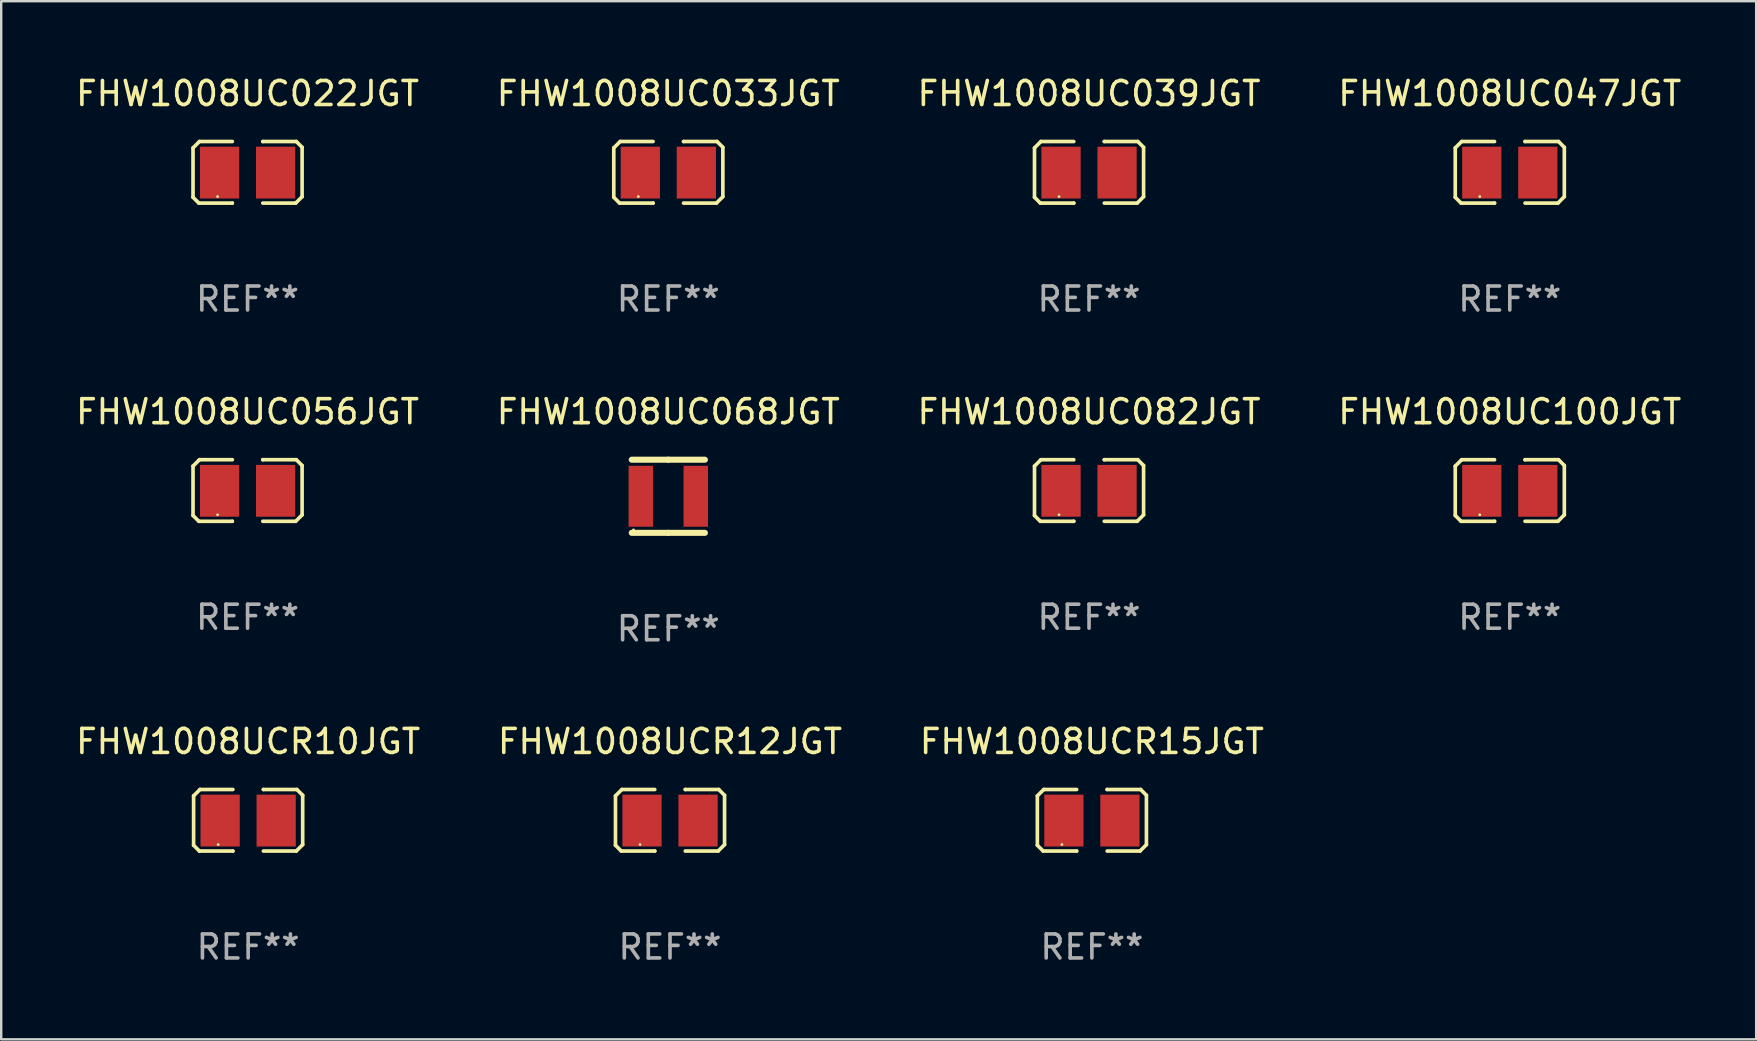
<source format=kicad_pcb>
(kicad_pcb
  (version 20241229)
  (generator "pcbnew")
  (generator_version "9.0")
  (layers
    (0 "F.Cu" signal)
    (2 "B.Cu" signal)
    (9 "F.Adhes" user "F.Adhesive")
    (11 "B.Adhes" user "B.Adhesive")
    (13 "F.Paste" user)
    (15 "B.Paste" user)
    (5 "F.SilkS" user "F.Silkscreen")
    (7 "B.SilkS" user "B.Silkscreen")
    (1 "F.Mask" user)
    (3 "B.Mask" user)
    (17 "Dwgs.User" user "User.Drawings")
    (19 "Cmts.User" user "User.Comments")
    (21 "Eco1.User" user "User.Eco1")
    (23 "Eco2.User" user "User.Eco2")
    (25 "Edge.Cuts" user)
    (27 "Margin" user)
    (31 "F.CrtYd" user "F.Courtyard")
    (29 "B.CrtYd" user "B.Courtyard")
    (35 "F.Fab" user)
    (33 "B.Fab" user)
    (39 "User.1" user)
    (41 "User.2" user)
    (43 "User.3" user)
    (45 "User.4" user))
  (footprint "FHW1008UC022JGT"
    (layer "F.Cu")
    (at 7.268 4.131)
    (property "Reference" "FHW1008UC022JGT" (at 0 -3.283 0) (layer "F.SilkS") (effects (font (size 1 1) (thickness 0.15))))
    (attr through_hole)
    (fp_line (start -2.273 -1.016) (end -2.007 -1.283) (stroke (width 0.152) (type solid)) (layer "F.SilkS"))
    (fp_line (start -2.273 1.041) (end -2.273 -1.016) (stroke (width 0.152) (type solid)) (layer "F.SilkS"))
    (fp_line (start -2.032 1.283) (end -2.273 1.041) (stroke (width 0.152) (type solid)) (layer "F.SilkS"))
    (fp_line (start -2.007 -1.283) (end -0.635 -1.283) (stroke (width 0.152) (type solid)) (layer "F.SilkS"))
    (fp_line (start -0.635 1.283) (end -2.032 1.283) (stroke (width 0.152) (type solid)) (layer "F.SilkS"))
    (fp_line (start -0.635 1.283) (end -0.635 1.283) (stroke (width 0.152) (type solid)) (layer "F.SilkS"))
    (fp_line (start 0.635 -1.283) (end 0.635 -1.283) (stroke (width 0.152) (type solid)) (layer "F.SilkS"))
    (fp_line (start 0.635 -1.283) (end 2.032 -1.283) (stroke (width 0.152) (type solid)) (layer "F.SilkS"))
    (fp_line (start 2.007 1.283) (end 0.635 1.283) (stroke (width 0.152) (type solid)) (layer "F.SilkS"))
    (fp_line (start 2.032 -1.283) (end 2.273 -1.041) (stroke (width 0.152) (type solid)) (layer "F.SilkS"))
    (fp_line (start 2.273 -1.041) (end 2.273 1.016) (stroke (width 0.152) (type solid)) (layer "F.SilkS"))
    (fp_line (start 2.273 1.016) (end 2.007 1.283) (stroke (width 0.152) (type solid)) (layer "F.SilkS"))
    (fp_circle (center -1.25 1.013) (end -1.22 1.013) (stroke (width 0.06) (type solid)) (fill no) (layer "F.SilkS"))
    (fp_text user "REF**" (at 0 5.283 0) (layer "F.Fab") (effects (font (size 1 1) (thickness 0.15))))
    (pad "1" smd rect (at -1.167 0.013) (size 1.635 2.16) (layers "F.Cu" "F.Mask" "F.Paste"))
    (pad "2" smd rect (at 1.168 0.013) (size 1.635 2.16) (layers "F.Cu" "F.Mask" "F.Paste")))
  (footprint "FHW1008UC039JGT"
    (layer "F.Cu")
    (at 42.339 4.131)
    (property "Reference" "FHW1008UC039JGT" (at 0 -3.283 0) (layer "F.SilkS") (effects (font (size 1 1) (thickness 0.15))))
    (attr through_hole)
    (fp_line (start -2.273 -1.016) (end -2.007 -1.283) (stroke (width 0.152) (type solid)) (layer "F.SilkS"))
    (fp_line (start -2.273 1.041) (end -2.273 -1.016) (stroke (width 0.152) (type solid)) (layer "F.SilkS"))
    (fp_line (start -2.032 1.283) (end -2.273 1.041) (stroke (width 0.152) (type solid)) (layer "F.SilkS"))
    (fp_line (start -2.007 -1.283) (end -0.635 -1.283) (stroke (width 0.152) (type solid)) (layer "F.SilkS"))
    (fp_line (start -0.635 1.283) (end -2.032 1.283) (stroke (width 0.152) (type solid)) (layer "F.SilkS"))
    (fp_line (start -0.635 1.283) (end -0.635 1.283) (stroke (width 0.152) (type solid)) (layer "F.SilkS"))
    (fp_line (start 0.635 -1.283) (end 0.635 -1.283) (stroke (width 0.152) (type solid)) (layer "F.SilkS"))
    (fp_line (start 0.635 -1.283) (end 2.032 -1.283) (stroke (width 0.152) (type solid)) (layer "F.SilkS"))
    (fp_line (start 2.007 1.283) (end 0.635 1.283) (stroke (width 0.152) (type solid)) (layer "F.SilkS"))
    (fp_line (start 2.032 -1.283) (end 2.273 -1.041) (stroke (width 0.152) (type solid)) (layer "F.SilkS"))
    (fp_line (start 2.273 -1.041) (end 2.273 1.016) (stroke (width 0.152) (type solid)) (layer "F.SilkS"))
    (fp_line (start 2.273 1.016) (end 2.007 1.283) (stroke (width 0.152) (type solid)) (layer "F.SilkS"))
    (fp_circle (center -1.25 1.013) (end -1.22 1.013) (stroke (width 0.06) (type solid)) (fill no) (layer "F.SilkS"))
    (fp_text user "REF**" (at 0 5.283 0) (layer "F.Fab") (effects (font (size 1 1) (thickness 0.15))))
    (pad "1" smd rect (at -1.167 0.013) (size 1.635 2.16) (layers "F.Cu" "F.Mask" "F.Paste"))
    (pad "2" smd rect (at 1.168 0.013) (size 1.635 2.16) (layers "F.Cu" "F.Mask" "F.Paste")))
  (footprint "FHW1008UC082JGT"
    (layer "F.Cu")
    (at 42.339 17.393)
    (property "Reference" "FHW1008UC082JGT" (at 0 -3.283 0) (layer "F.SilkS") (effects (font (size 1 1) (thickness 0.15))))
    (attr through_hole)
    (fp_line (start -2.273 -1.016) (end -2.007 -1.283) (stroke (width 0.152) (type solid)) (layer "F.SilkS"))
    (fp_line (start -2.273 1.041) (end -2.273 -1.016) (stroke (width 0.152) (type solid)) (layer "F.SilkS"))
    (fp_line (start -2.032 1.283) (end -2.273 1.041) (stroke (width 0.152) (type solid)) (layer "F.SilkS"))
    (fp_line (start -2.007 -1.283) (end -0.635 -1.283) (stroke (width 0.152) (type solid)) (layer "F.SilkS"))
    (fp_line (start -0.635 1.283) (end -2.032 1.283) (stroke (width 0.152) (type solid)) (layer "F.SilkS"))
    (fp_line (start -0.635 1.283) (end -0.635 1.283) (stroke (width 0.152) (type solid)) (layer "F.SilkS"))
    (fp_line (start 0.635 -1.283) (end 0.635 -1.283) (stroke (width 0.152) (type solid)) (layer "F.SilkS"))
    (fp_line (start 0.635 -1.283) (end 2.032 -1.283) (stroke (width 0.152) (type solid)) (layer "F.SilkS"))
    (fp_line (start 2.007 1.283) (end 0.635 1.283) (stroke (width 0.152) (type solid)) (layer "F.SilkS"))
    (fp_line (start 2.032 -1.283) (end 2.273 -1.041) (stroke (width 0.152) (type solid)) (layer "F.SilkS"))
    (fp_line (start 2.273 -1.041) (end 2.273 1.016) (stroke (width 0.152) (type solid)) (layer "F.SilkS"))
    (fp_line (start 2.273 1.016) (end 2.007 1.283) (stroke (width 0.152) (type solid)) (layer "F.SilkS"))
    (fp_circle (center -1.25 1.013) (end -1.22 1.013) (stroke (width 0.06) (type solid)) (fill no) (layer "F.SilkS"))
    (fp_text user "REF**" (at 0 5.283 0) (layer "F.Fab") (effects (font (size 1 1) (thickness 0.15))))
    (pad "1" smd rect (at -1.167 0.013) (size 1.635 2.16) (layers "F.Cu" "F.Mask" "F.Paste"))
    (pad "2" smd rect (at 1.168 0.013) (size 1.635 2.16) (layers "F.Cu" "F.Mask" "F.Paste")))
  (footprint "FHW1008UC056JGT"
    (layer "F.Cu")
    (at 7.268 17.393)
    (property "Reference" "FHW1008UC056JGT" (at 0 -3.283 0) (layer "F.SilkS") (effects (font (size 1 1) (thickness 0.15))))
    (attr through_hole)
    (fp_line (start -2.273 -1.016) (end -2.007 -1.283) (stroke (width 0.152) (type solid)) (layer "F.SilkS"))
    (fp_line (start -2.273 1.041) (end -2.273 -1.016) (stroke (width 0.152) (type solid)) (layer "F.SilkS"))
    (fp_line (start -2.032 1.283) (end -2.273 1.041) (stroke (width 0.152) (type solid)) (layer "F.SilkS"))
    (fp_line (start -2.007 -1.283) (end -0.635 -1.283) (stroke (width 0.152) (type solid)) (layer "F.SilkS"))
    (fp_line (start -0.635 1.283) (end -2.032 1.283) (stroke (width 0.152) (type solid)) (layer "F.SilkS"))
    (fp_line (start -0.635 1.283) (end -0.635 1.283) (stroke (width 0.152) (type solid)) (layer "F.SilkS"))
    (fp_line (start 0.635 -1.283) (end 0.635 -1.283) (stroke (width 0.152) (type solid)) (layer "F.SilkS"))
    (fp_line (start 0.635 -1.283) (end 2.032 -1.283) (stroke (width 0.152) (type solid)) (layer "F.SilkS"))
    (fp_line (start 2.007 1.283) (end 0.635 1.283) (stroke (width 0.152) (type solid)) (layer "F.SilkS"))
    (fp_line (start 2.032 -1.283) (end 2.273 -1.041) (stroke (width 0.152) (type solid)) (layer "F.SilkS"))
    (fp_line (start 2.273 -1.041) (end 2.273 1.016) (stroke (width 0.152) (type solid)) (layer "F.SilkS"))
    (fp_line (start 2.273 1.016) (end 2.007 1.283) (stroke (width 0.152) (type solid)) (layer "F.SilkS"))
    (fp_circle (center -1.25 1.013) (end -1.22 1.013) (stroke (width 0.06) (type solid)) (fill no) (layer "F.SilkS"))
    (fp_text user "REF**" (at 0 5.283 0) (layer "F.Fab") (effects (font (size 1 1) (thickness 0.15))))
    (pad "1" smd rect (at -1.167 0.013) (size 1.635 2.16) (layers "F.Cu" "F.Mask" "F.Paste"))
    (pad "2" smd rect (at 1.168 0.013) (size 1.635 2.16) (layers "F.Cu" "F.Mask" "F.Paste")))
  (footprint "FHW1008UC068JGT"
    (layer "F.Cu")
    (at 24.804 17.634)
    (property "Reference" "FHW1008UC068JGT" (at 0 -3.524 0) (layer "F.SilkS") (effects (font (size 1 1) (thickness 0.15))))
    (attr through_hole)
    (fp_line (start -1.524 -1.524) (end 0 -1.524) (stroke (width 0.254) (type solid)) (layer "F.SilkS"))
    (fp_line (start 0 -1.524) (end 1.524 -1.524) (stroke (width 0.254) (type solid)) (layer "F.SilkS"))
    (fp_line (start 0 1.524) (end -1.524 1.524) (stroke (width 0.254) (type solid)) (layer "F.SilkS"))
    (fp_line (start 1.524 1.524) (end 0 1.524) (stroke (width 0.254) (type solid)) (layer "F.SilkS"))
    (fp_circle (center -1.45 1.4) (end -1.42 1.4) (stroke (width 0.06) (type solid)) (fill no) (layer "F.SilkS"))
    (fp_text user "REF**" (at 0 5.524 0) (layer "F.Fab") (effects (font (size 1 1) (thickness 0.15))))
    (pad "1" smd rect (at -1.145 0) (size 1.02 2.54) (layers "F.Cu" "F.Mask" "F.Paste"))
    (pad "2" smd rect (at 1.145 0) (size 1.02 2.54) (layers "F.Cu" "F.Mask" "F.Paste")))
  (footprint "FHW1008UC100JGT"
    (layer "F.Cu")
    (at 59.875 17.393)
    (property "Reference" "FHW1008UC100JGT" (at 0 -3.283 0) (layer "F.SilkS") (effects (font (size 1 1) (thickness 0.15))))
    (attr through_hole)
    (fp_line (start -2.273 -1.016) (end -2.007 -1.283) (stroke (width 0.152) (type solid)) (layer "F.SilkS"))
    (fp_line (start -2.273 1.041) (end -2.273 -1.016) (stroke (width 0.152) (type solid)) (layer "F.SilkS"))
    (fp_line (start -2.032 1.283) (end -2.273 1.041) (stroke (width 0.152) (type solid)) (layer "F.SilkS"))
    (fp_line (start -2.007 -1.283) (end -0.635 -1.283) (stroke (width 0.152) (type solid)) (layer "F.SilkS"))
    (fp_line (start -0.635 1.283) (end -2.032 1.283) (stroke (width 0.152) (type solid)) (layer "F.SilkS"))
    (fp_line (start -0.635 1.283) (end -0.635 1.283) (stroke (width 0.152) (type solid)) (layer "F.SilkS"))
    (fp_line (start 0.635 -1.283) (end 0.635 -1.283) (stroke (width 0.152) (type solid)) (layer "F.SilkS"))
    (fp_line (start 0.635 -1.283) (end 2.032 -1.283) (stroke (width 0.152) (type solid)) (layer "F.SilkS"))
    (fp_line (start 2.007 1.283) (end 0.635 1.283) (stroke (width 0.152) (type solid)) (layer "F.SilkS"))
    (fp_line (start 2.032 -1.283) (end 2.273 -1.041) (stroke (width 0.152) (type solid)) (layer "F.SilkS"))
    (fp_line (start 2.273 -1.041) (end 2.273 1.016) (stroke (width 0.152) (type solid)) (layer "F.SilkS"))
    (fp_line (start 2.273 1.016) (end 2.007 1.283) (stroke (width 0.152) (type solid)) (layer "F.SilkS"))
    (fp_circle (center -1.25 1.013) (end -1.22 1.013) (stroke (width 0.06) (type solid)) (fill no) (layer "F.SilkS"))
    (fp_text user "REF**" (at 0 5.283 0) (layer "F.Fab") (effects (font (size 1 1) (thickness 0.15))))
    (pad "1" smd rect (at -1.167 0.013) (size 1.635 2.16) (layers "F.Cu" "F.Mask" "F.Paste"))
    (pad "2" smd rect (at 1.168 0.013) (size 1.635 2.16) (layers "F.Cu" "F.Mask" "F.Paste")))
  (footprint "FHW1008UC033JGT"
    (layer "F.Cu")
    (at 24.804 4.131)
    (property "Reference" "FHW1008UC033JGT" (at 0 -3.283 0) (layer "F.SilkS") (effects (font (size 1 1) (thickness 0.15))))
    (attr through_hole)
    (fp_line (start -2.273 -1.016) (end -2.007 -1.283) (stroke (width 0.152) (type solid)) (layer "F.SilkS"))
    (fp_line (start -2.273 1.041) (end -2.273 -1.016) (stroke (width 0.152) (type solid)) (layer "F.SilkS"))
    (fp_line (start -2.032 1.283) (end -2.273 1.041) (stroke (width 0.152) (type solid)) (layer "F.SilkS"))
    (fp_line (start -2.007 -1.283) (end -0.635 -1.283) (stroke (width 0.152) (type solid)) (layer "F.SilkS"))
    (fp_line (start -0.635 1.283) (end -2.032 1.283) (stroke (width 0.152) (type solid)) (layer "F.SilkS"))
    (fp_line (start -0.635 1.283) (end -0.635 1.283) (stroke (width 0.152) (type solid)) (layer "F.SilkS"))
    (fp_line (start 0.635 -1.283) (end 0.635 -1.283) (stroke (width 0.152) (type solid)) (layer "F.SilkS"))
    (fp_line (start 0.635 -1.283) (end 2.032 -1.283) (stroke (width 0.152) (type solid)) (layer "F.SilkS"))
    (fp_line (start 2.007 1.283) (end 0.635 1.283) (stroke (width 0.152) (type solid)) (layer "F.SilkS"))
    (fp_line (start 2.032 -1.283) (end 2.273 -1.041) (stroke (width 0.152) (type solid)) (layer "F.SilkS"))
    (fp_line (start 2.273 -1.041) (end 2.273 1.016) (stroke (width 0.152) (type solid)) (layer "F.SilkS"))
    (fp_line (start 2.273 1.016) (end 2.007 1.283) (stroke (width 0.152) (type solid)) (layer "F.SilkS"))
    (fp_circle (center -1.25 1.013) (end -1.22 1.013) (stroke (width 0.06) (type solid)) (fill no) (layer "F.SilkS"))
    (fp_text user "REF**" (at 0 5.283 0) (layer "F.Fab") (effects (font (size 1 1) (thickness 0.15))))
    (pad "1" smd rect (at -1.167 0.013) (size 1.635 2.16) (layers "F.Cu" "F.Mask" "F.Paste"))
    (pad "2" smd rect (at 1.168 0.013) (size 1.635 2.16) (layers "F.Cu" "F.Mask" "F.Paste")))
  (footprint "FHW1008UCR10JGT"
    (layer "F.Cu")
    (at 7.292 31.137)
    (property "Reference" "FHW1008UCR10JGT" (at 0 -3.283 0) (layer "F.SilkS") (effects (font (size 1 1) (thickness 0.15))))
    (attr through_hole)
    (fp_line (start -2.273 -1.016) (end -2.007 -1.283) (stroke (width 0.152) (type solid)) (layer "F.SilkS"))
    (fp_line (start -2.273 1.041) (end -2.273 -1.016) (stroke (width 0.152) (type solid)) (layer "F.SilkS"))
    (fp_line (start -2.032 1.283) (end -2.273 1.041) (stroke (width 0.152) (type solid)) (layer "F.SilkS"))
    (fp_line (start -2.007 -1.283) (end -0.635 -1.283) (stroke (width 0.152) (type solid)) (layer "F.SilkS"))
    (fp_line (start -0.635 1.283) (end -2.032 1.283) (stroke (width 0.152) (type solid)) (layer "F.SilkS"))
    (fp_line (start -0.635 1.283) (end -0.635 1.283) (stroke (width 0.152) (type solid)) (layer "F.SilkS"))
    (fp_line (start 0.635 -1.283) (end 0.635 -1.283) (stroke (width 0.152) (type solid)) (layer "F.SilkS"))
    (fp_line (start 0.635 -1.283) (end 2.032 -1.283) (stroke (width 0.152) (type solid)) (layer "F.SilkS"))
    (fp_line (start 2.007 1.283) (end 0.635 1.283) (stroke (width 0.152) (type solid)) (layer "F.SilkS"))
    (fp_line (start 2.032 -1.283) (end 2.273 -1.041) (stroke (width 0.152) (type solid)) (layer "F.SilkS"))
    (fp_line (start 2.273 -1.041) (end 2.273 1.016) (stroke (width 0.152) (type solid)) (layer "F.SilkS"))
    (fp_line (start 2.273 1.016) (end 2.007 1.283) (stroke (width 0.152) (type solid)) (layer "F.SilkS"))
    (fp_circle (center -1.25 1.013) (end -1.22 1.013) (stroke (width 0.06) (type solid)) (fill no) (layer "F.SilkS"))
    (fp_text user "REF**" (at 0 5.283 0) (layer "F.Fab") (effects (font (size 1 1) (thickness 0.15))))
    (pad "1" smd rect (at -1.167 0.013) (size 1.635 2.16) (layers "F.Cu" "F.Mask" "F.Paste"))
    (pad "2" smd rect (at 1.168 0.013) (size 1.635 2.16) (layers "F.Cu" "F.Mask" "F.Paste")))
  (footprint "FHW1008UCR12JGT"
    (layer "F.Cu")
    (at 24.875 31.137)
    (property "Reference" "FHW1008UCR12JGT" (at 0 -3.283 0) (layer "F.SilkS") (effects (font (size 1 1) (thickness 0.15))))
    (attr through_hole)
    (fp_line (start -2.273 -1.016) (end -2.007 -1.283) (stroke (width 0.152) (type solid)) (layer "F.SilkS"))
    (fp_line (start -2.273 1.041) (end -2.273 -1.016) (stroke (width 0.152) (type solid)) (layer "F.SilkS"))
    (fp_line (start -2.032 1.283) (end -2.273 1.041) (stroke (width 0.152) (type solid)) (layer "F.SilkS"))
    (fp_line (start -2.007 -1.283) (end -0.635 -1.283) (stroke (width 0.152) (type solid)) (layer "F.SilkS"))
    (fp_line (start -0.635 1.283) (end -2.032 1.283) (stroke (width 0.152) (type solid)) (layer "F.SilkS"))
    (fp_line (start -0.635 1.283) (end -0.635 1.283) (stroke (width 0.152) (type solid)) (layer "F.SilkS"))
    (fp_line (start 0.635 -1.283) (end 0.635 -1.283) (stroke (width 0.152) (type solid)) (layer "F.SilkS"))
    (fp_line (start 0.635 -1.283) (end 2.032 -1.283) (stroke (width 0.152) (type solid)) (layer "F.SilkS"))
    (fp_line (start 2.007 1.283) (end 0.635 1.283) (stroke (width 0.152) (type solid)) (layer "F.SilkS"))
    (fp_line (start 2.032 -1.283) (end 2.273 -1.041) (stroke (width 0.152) (type solid)) (layer "F.SilkS"))
    (fp_line (start 2.273 -1.041) (end 2.273 1.016) (stroke (width 0.152) (type solid)) (layer "F.SilkS"))
    (fp_line (start 2.273 1.016) (end 2.007 1.283) (stroke (width 0.152) (type solid)) (layer "F.SilkS"))
    (fp_circle (center -1.25 1.013) (end -1.22 1.013) (stroke (width 0.06) (type solid)) (fill no) (layer "F.SilkS"))
    (fp_text user "REF**" (at 0 5.283 0) (layer "F.Fab") (effects (font (size 1 1) (thickness 0.15))))
    (pad "1" smd rect (at -1.167 0.013) (size 1.635 2.16) (layers "F.Cu" "F.Mask" "F.Paste"))
    (pad "2" smd rect (at 1.168 0.013) (size 1.635 2.16) (layers "F.Cu" "F.Mask" "F.Paste")))
  (footprint "FHW1008UC047JGT"
    (layer "F.Cu")
    (at 59.875 4.131)
    (property "Reference" "FHW1008UC047JGT" (at 0 -3.283 0) (layer "F.SilkS") (effects (font (size 1 1) (thickness 0.15))))
    (attr through_hole)
    (fp_line (start -2.273 -1.016) (end -2.007 -1.283) (stroke (width 0.152) (type solid)) (layer "F.SilkS"))
    (fp_line (start -2.273 1.041) (end -2.273 -1.016) (stroke (width 0.152) (type solid)) (layer "F.SilkS"))
    (fp_line (start -2.032 1.283) (end -2.273 1.041) (stroke (width 0.152) (type solid)) (layer "F.SilkS"))
    (fp_line (start -2.007 -1.283) (end -0.635 -1.283) (stroke (width 0.152) (type solid)) (layer "F.SilkS"))
    (fp_line (start -0.635 1.283) (end -2.032 1.283) (stroke (width 0.152) (type solid)) (layer "F.SilkS"))
    (fp_line (start -0.635 1.283) (end -0.635 1.283) (stroke (width 0.152) (type solid)) (layer "F.SilkS"))
    (fp_line (start 0.635 -1.283) (end 0.635 -1.283) (stroke (width 0.152) (type solid)) (layer "F.SilkS"))
    (fp_line (start 0.635 -1.283) (end 2.032 -1.283) (stroke (width 0.152) (type solid)) (layer "F.SilkS"))
    (fp_line (start 2.007 1.283) (end 0.635 1.283) (stroke (width 0.152) (type solid)) (layer "F.SilkS"))
    (fp_line (start 2.032 -1.283) (end 2.273 -1.041) (stroke (width 0.152) (type solid)) (layer "F.SilkS"))
    (fp_line (start 2.273 -1.041) (end 2.273 1.016) (stroke (width 0.152) (type solid)) (layer "F.SilkS"))
    (fp_line (start 2.273 1.016) (end 2.007 1.283) (stroke (width 0.152) (type solid)) (layer "F.SilkS"))
    (fp_circle (center -1.25 1.013) (end -1.22 1.013) (stroke (width 0.06) (type solid)) (fill no) (layer "F.SilkS"))
    (fp_text user "REF**" (at 0 5.283 0) (layer "F.Fab") (effects (font (size 1 1) (thickness 0.15))))
    (pad "1" smd rect (at -1.167 0.013) (size 1.635 2.16) (layers "F.Cu" "F.Mask" "F.Paste"))
    (pad "2" smd rect (at 1.168 0.013) (size 1.635 2.16) (layers "F.Cu" "F.Mask" "F.Paste")))
  (footprint "FHW1008UCR15JGT"
    (layer "F.Cu")
    (at 42.458 31.137)
    (property "Reference" "FHW1008UCR15JGT" (at 0 -3.283 0) (layer "F.SilkS") (effects (font (size 1 1) (thickness 0.15))))
    (attr through_hole)
    (fp_line (start -2.273 -1.016) (end -2.007 -1.283) (stroke (width 0.152) (type solid)) (layer "F.SilkS"))
    (fp_line (start -2.273 1.041) (end -2.273 -1.016) (stroke (width 0.152) (type solid)) (layer "F.SilkS"))
    (fp_line (start -2.032 1.283) (end -2.273 1.041) (stroke (width 0.152) (type solid)) (layer "F.SilkS"))
    (fp_line (start -2.007 -1.283) (end -0.635 -1.283) (stroke (width 0.152) (type solid)) (layer "F.SilkS"))
    (fp_line (start -0.635 1.283) (end -2.032 1.283) (stroke (width 0.152) (type solid)) (layer "F.SilkS"))
    (fp_line (start -0.635 1.283) (end -0.635 1.283) (stroke (width 0.152) (type solid)) (layer "F.SilkS"))
    (fp_line (start 0.635 -1.283) (end 0.635 -1.283) (stroke (width 0.152) (type solid)) (layer "F.SilkS"))
    (fp_line (start 0.635 -1.283) (end 2.032 -1.283) (stroke (width 0.152) (type solid)) (layer "F.SilkS"))
    (fp_line (start 2.007 1.283) (end 0.635 1.283) (stroke (width 0.152) (type solid)) (layer "F.SilkS"))
    (fp_line (start 2.032 -1.283) (end 2.273 -1.041) (stroke (width 0.152) (type solid)) (layer "F.SilkS"))
    (fp_line (start 2.273 -1.041) (end 2.273 1.016) (stroke (width 0.152) (type solid)) (layer "F.SilkS"))
    (fp_line (start 2.273 1.016) (end 2.007 1.283) (stroke (width 0.152) (type solid)) (layer "F.SilkS"))
    (fp_circle (center -1.25 1.013) (end -1.22 1.013) (stroke (width 0.06) (type solid)) (fill no) (layer "F.SilkS"))
    (fp_text user "REF**" (at 0 5.283 0) (layer "F.Fab") (effects (font (size 1 1) (thickness 0.15))))
    (pad "1" smd rect (at -1.167 0.013) (size 1.635 2.16) (layers "F.Cu" "F.Mask" "F.Paste"))
    (pad "2" smd rect (at 1.168 0.013) (size 1.635 2.16) (layers "F.Cu" "F.Mask" "F.Paste")))
  (gr_rect
    (start -3 -3)
    (end 70.143 40.268)
    (stroke (width 0.1) (type default))
    (fill no)
    (layer "Edge.Cuts")))
</source>
